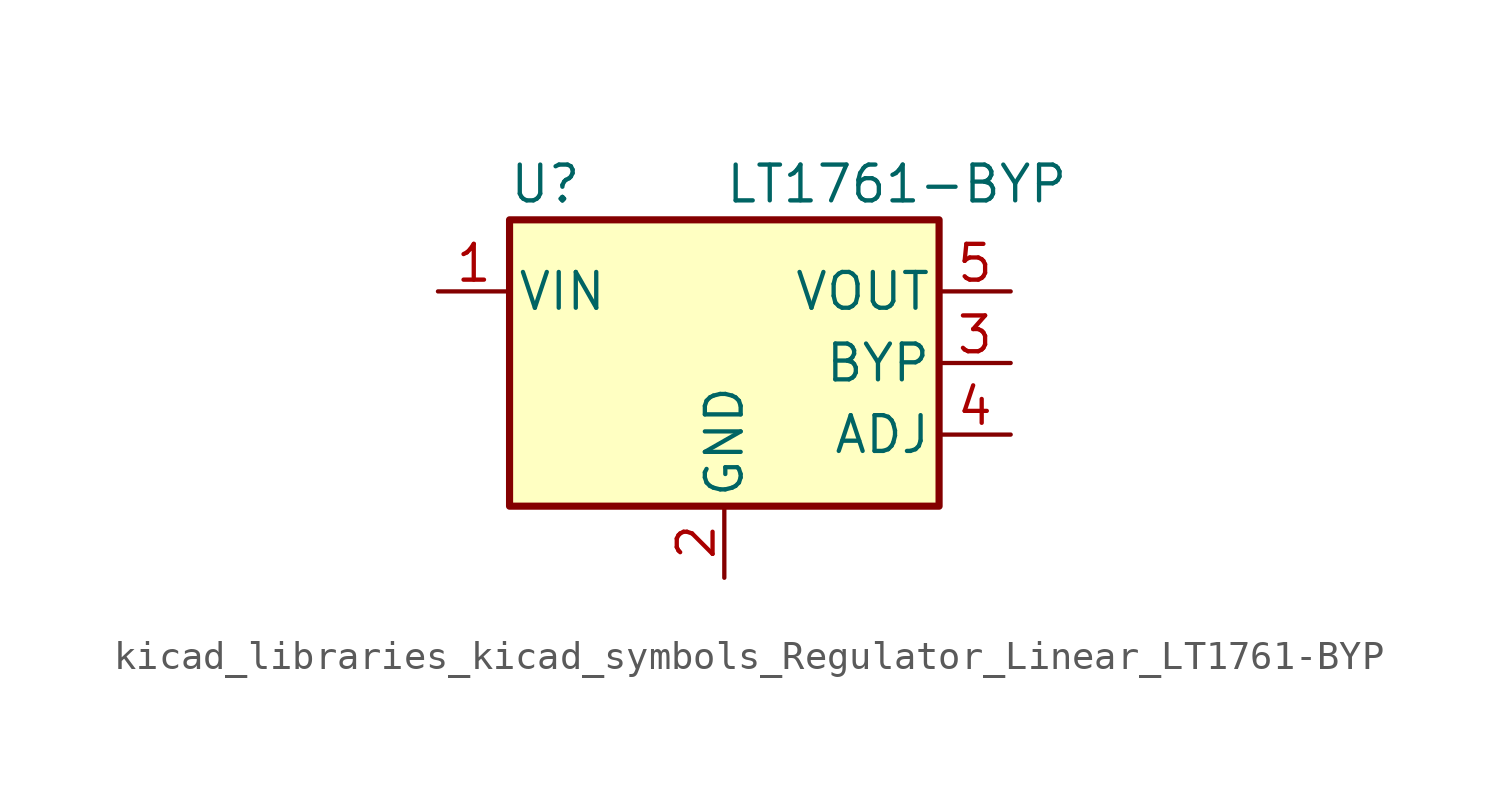
<source format=kicad_sym>
(kicad_symbol_lib
  (version 20220914)
  (generator kicad_symbol_editor)
  (symbol "kicad_libraries_kicad_symbols_Regulator_Linear_LT1761-BYP"
    (pin_names
      (offset 0.254))
    (property "Reference" "U"
      (at -6.35 6.35 0)
      (effects (font (size 1.27 1.27))))
    (property "Value" "LT1761-BYP"
      (at 0 6.35 0)
      (effects (font (size 1.27 1.27)) (justify left)))
    (symbol "kicad_libraries_kicad_symbols_Regulator_Linear_LT1761-BYP_0_1"
      (rectangle (start -7.62 5.08) (end 7.62 -5.08) (stroke (width 0.254) (type default)) (fill (type background))))
    (symbol "kicad_libraries_kicad_symbols_Regulator_Linear_LT1761-BYP_1_1"
      (pin power_in line (at -10.16 2.54 0) (length 2.54) (name "VIN" (effects (font (size 1.27 1.27)))) (number "1" (effects (font (size 1.27 1.27)))))
      (pin power_in line (at 0 -7.62 90) (length 2.54) (name "GND" (effects (font (size 1.27 1.27)))) (number "2" (effects (font (size 1.27 1.27)))))
      (pin passive line (at 10.16 0 180) (length 2.54) (name "BYP" (effects (font (size 1.27 1.27)))) (number "3" (effects (font (size 1.27 1.27)))))
      (pin input line (at 10.16 -2.54 180) (length 2.54) (name "ADJ" (effects (font (size 1.27 1.27)))) (number "4" (effects (font (size 1.27 1.27)))))
      (pin power_out line (at 10.16 2.54 180) (length 2.54) (name "VOUT" (effects (font (size 1.27 1.27)))) (number "5" (effects (font (size 1.27 1.27))))))))
</source>
